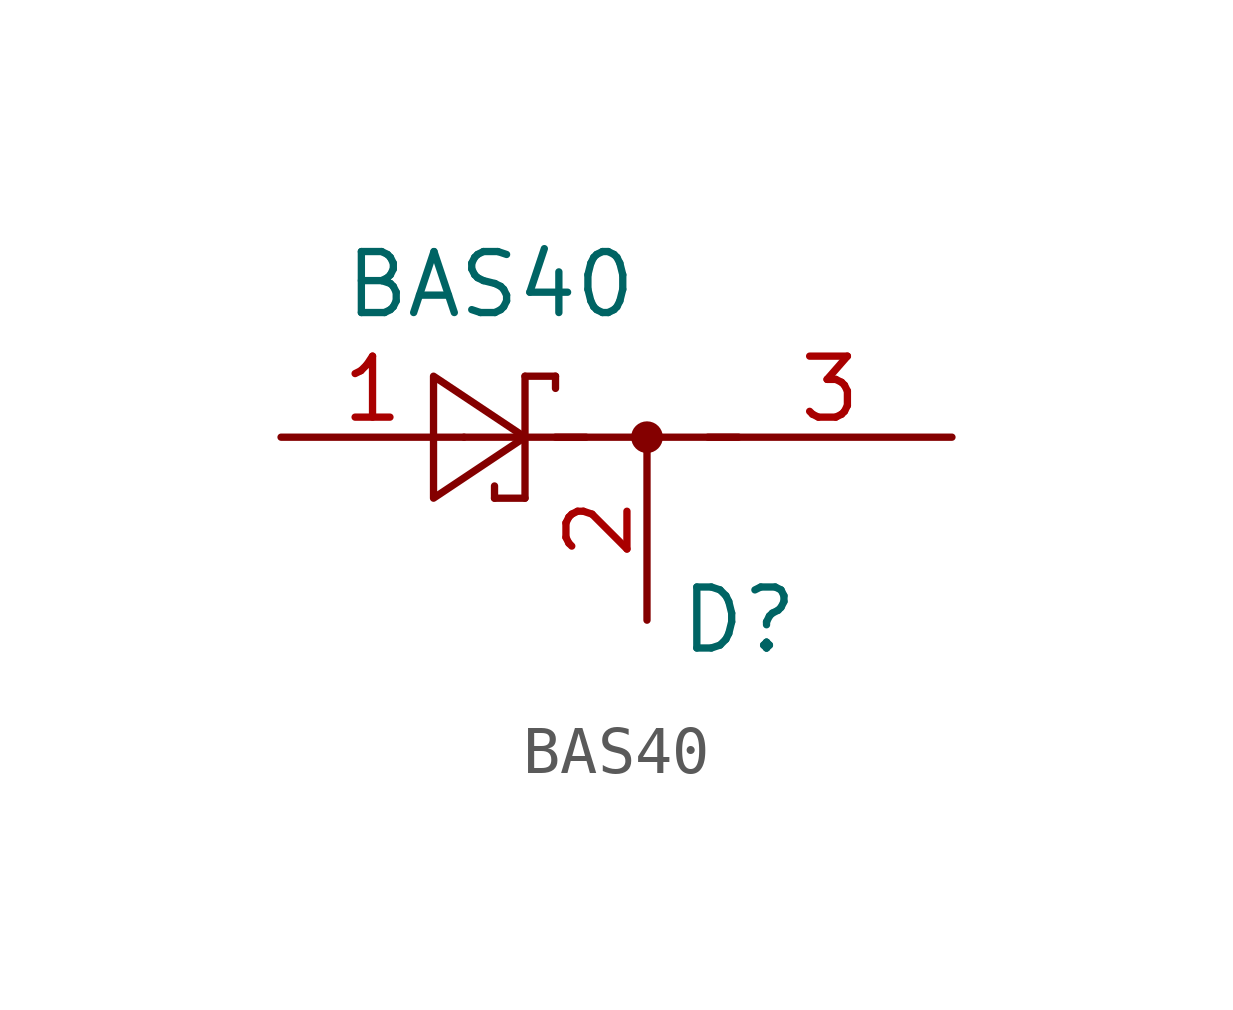
<source format=kicad_sym>
(kicad_symbol_lib
  (version 20231120)
  (generator "kicad_symbol_editor")
  (generator_version "8.0")
  (symbol "BAS40"
    (pin_names
      (offset 1.016))
    (property "Reference" "D"
      (at 0.635 -1.27 0)
      (effects (font (size 1.27 1.27)) (justify left)))
    (property "Value" "BAS40"
      (at -6.35 5.715 0)
      (effects (font (size 1.27 1.27)) (justify left)))
    (symbol "BAS40_0_1"
      (polyline (pts (xy -3.81 2.54) (xy -1.27 2.54)) (stroke (width 0) (type default)) (fill (type none)))
      (polyline (pts (xy -3.175 1.27) (xy -3.175 1.524)) (stroke (width 0) (type default)) (fill (type none)))
      (polyline (pts (xy -2.54 1.27) (xy -3.175 1.27)) (stroke (width 0) (type default)) (fill (type none)))
      (polyline (pts (xy -2.54 1.27) (xy -2.54 3.81)) (stroke (width 0) (type default)) (fill (type none)))
      (polyline (pts (xy -2.54 3.81) (xy -1.905 3.81)) (stroke (width 0) (type default)) (fill (type none)))
      (polyline (pts (xy -1.905 2.54) (xy 1.905 2.54)) (stroke (width 0) (type default)) (fill (type none)))
      (polyline (pts (xy -1.905 3.81) (xy -1.905 3.556)) (stroke (width 0) (type default)) (fill (type none)))
      (polyline (pts (xy -4.445 3.81) (xy -4.445 1.27) (xy -2.54 2.54) (xy -4.445 3.81)) (stroke (width 0) (type default)) (fill (type none)))
      (circle (center 0 2.54) (radius 0.254) (stroke (width 0) (type default)) (fill (type outline))))
    (symbol "BAS40_1_1"
      (pin passive line (at -7.62 2.54 0) (length 3.81) (name "~" (effects (font (size 1.27 1.27)))) (number "1" (effects (font (size 1.27 1.27)))))
      (pin passive line (at 0 -1.27 90) (length 3.81) (name "~" (effects (font (size 1.27 1.27)))) (number "2" (effects (font (size 1.27 1.27)))))
      (pin passive line (at 6.35 2.54 180) (length 5.08) (name "~" (effects (font (size 1.27 1.27)))) (number "3" (effects (font (size 1.27 1.27))))))))
</source>
